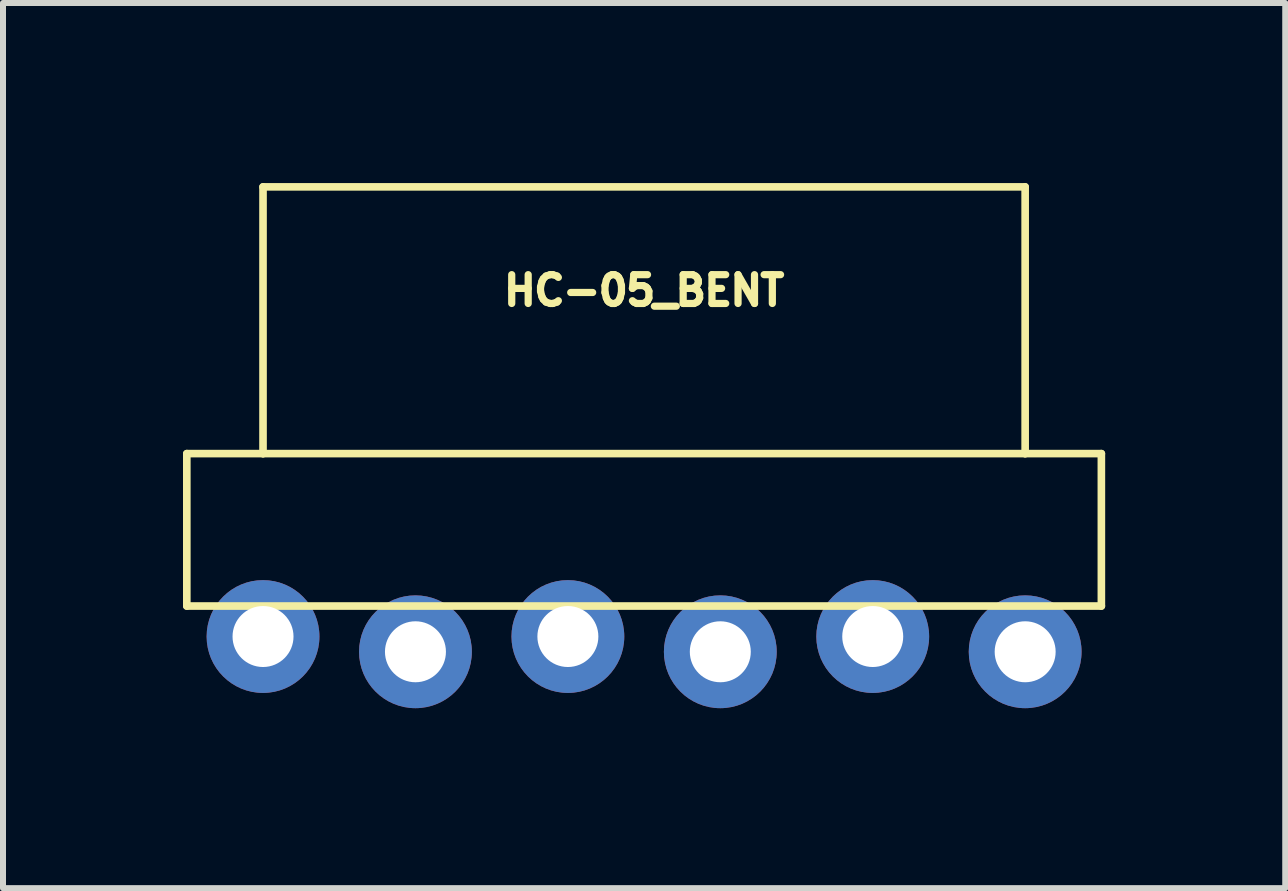
<source format=kicad_pcb>
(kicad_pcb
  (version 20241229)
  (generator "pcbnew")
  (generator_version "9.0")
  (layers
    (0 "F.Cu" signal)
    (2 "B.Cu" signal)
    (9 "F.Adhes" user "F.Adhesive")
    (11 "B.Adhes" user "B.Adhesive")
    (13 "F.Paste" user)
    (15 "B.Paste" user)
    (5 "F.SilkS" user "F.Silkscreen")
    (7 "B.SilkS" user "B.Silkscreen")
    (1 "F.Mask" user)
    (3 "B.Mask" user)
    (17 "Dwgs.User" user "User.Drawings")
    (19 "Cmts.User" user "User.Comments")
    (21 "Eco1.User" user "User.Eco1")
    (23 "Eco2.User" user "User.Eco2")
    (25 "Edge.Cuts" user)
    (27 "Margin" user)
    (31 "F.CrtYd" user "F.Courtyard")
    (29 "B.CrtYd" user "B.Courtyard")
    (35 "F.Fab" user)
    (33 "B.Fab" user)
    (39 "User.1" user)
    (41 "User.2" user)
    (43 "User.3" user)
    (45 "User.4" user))
  (footprint "HC-05_BENT"
    (layer "F.Cu")
    (at 1.333 7.684)
    (property "Reference" "HC-05_BENT" (at 6.35 -5.893 0) (layer "F.SilkS") (effects (font (size 0.48 0.48) (thickness 0.15))))
    (attr through_hole)
    (fp_line (start -1.27 -0.635) (end -1.27 -3.175) (stroke (width 0.127) (type solid)) (layer "F.SilkS"))
    (fp_line (start 0 -7.62) (end 12.7 -7.62) (stroke (width 0.127) (type solid)) (layer "F.SilkS"))
    (fp_line (start 0 -3.175) (end -1.27 -3.175) (stroke (width 0.127) (type solid)) (layer "F.SilkS"))
    (fp_line (start 0 -3.175) (end 0 -7.62) (stroke (width 0.127) (type solid)) (layer "F.SilkS"))
    (fp_line (start 12.7 -7.62) (end 12.7 -3.175) (stroke (width 0.127) (type solid)) (layer "F.SilkS"))
    (fp_line (start 12.7 -3.175) (end 0 -3.175) (stroke (width 0.127) (type solid)) (layer "F.SilkS"))
    (fp_line (start 13.97 -3.175) (end 12.7 -3.175) (stroke (width 0.127) (type solid)) (layer "F.SilkS"))
    (fp_line (start 13.97 -0.635) (end -1.27 -0.635) (stroke (width 0.127) (type solid)) (layer "F.SilkS"))
    (fp_line (start 13.97 -0.635) (end 13.97 -3.175) (stroke (width 0.127) (type solid)) (layer "F.SilkS"))
    (pad "1" thru_hole circle (at 0 -0.127) (size 1.88 1.88) (drill 1.016) (layers "*.Cu" "*.Mask"))
    (pad "2" thru_hole circle (at 2.54 0.127) (size 1.88 1.88) (drill 1.016) (layers "*.Cu" "*.Mask"))
    (pad "3" thru_hole circle (at 5.08 -0.127) (size 1.88 1.88) (drill 1.016) (layers "*.Cu" "*.Mask"))
    (pad "4" thru_hole circle (at 7.62 0.127) (size 1.88 1.88) (drill 1.016) (layers "*.Cu" "*.Mask"))
    (pad "5" thru_hole circle (at 10.16 -0.127) (size 1.88 1.88) (drill 1.016) (layers "*.Cu" "*.Mask"))
    (pad "6" thru_hole circle (at 12.7 0.127) (size 1.88 1.88) (drill 1.016) (layers "*.Cu" "*.Mask")))
  (gr_rect
    (start -3 -3)
    (end 18.367 11.75)
    (stroke (width 0.1) (type default))
    (fill no)
    (layer "Edge.Cuts")))
</source>
